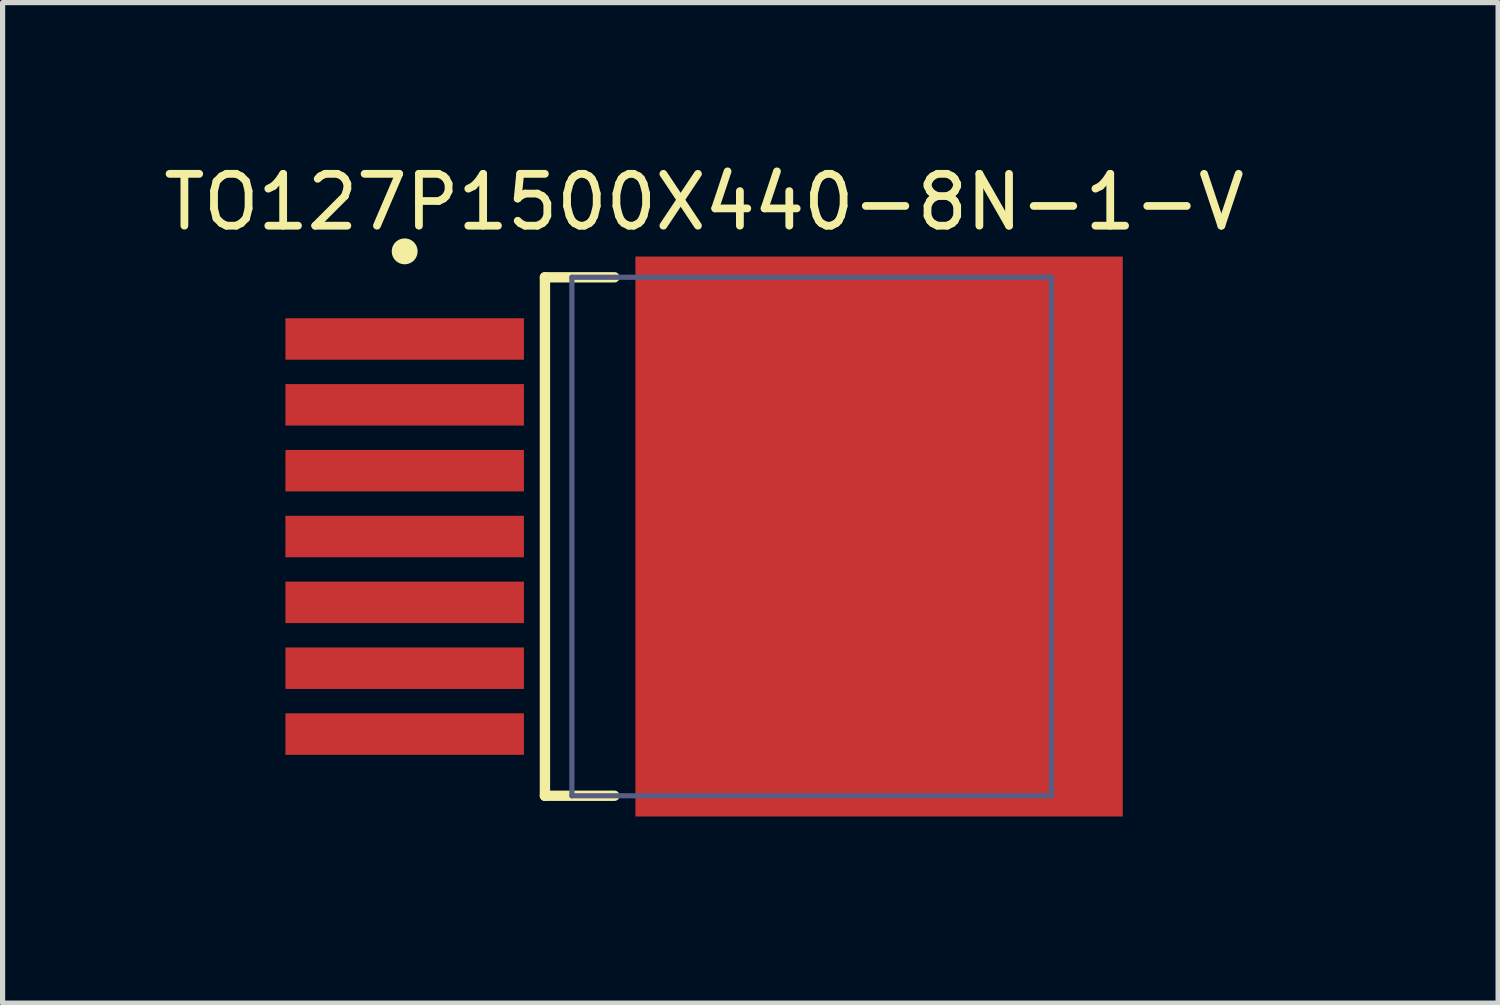
<source format=kicad_pcb>
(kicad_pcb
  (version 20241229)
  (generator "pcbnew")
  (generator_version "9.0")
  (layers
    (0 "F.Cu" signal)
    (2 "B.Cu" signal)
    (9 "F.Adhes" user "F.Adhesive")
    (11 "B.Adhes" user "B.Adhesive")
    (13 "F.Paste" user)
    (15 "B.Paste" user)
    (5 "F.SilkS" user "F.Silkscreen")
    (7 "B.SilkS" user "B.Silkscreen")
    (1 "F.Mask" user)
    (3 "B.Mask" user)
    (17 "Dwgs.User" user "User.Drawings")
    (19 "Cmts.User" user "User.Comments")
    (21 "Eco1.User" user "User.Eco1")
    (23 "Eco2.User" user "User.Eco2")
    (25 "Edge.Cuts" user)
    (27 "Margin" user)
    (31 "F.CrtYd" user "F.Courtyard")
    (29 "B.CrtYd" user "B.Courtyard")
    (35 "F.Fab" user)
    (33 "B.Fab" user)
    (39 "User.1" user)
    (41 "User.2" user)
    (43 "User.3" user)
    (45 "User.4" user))
  (footprint "TO127P1500X440-8N-1-V"
    (layer "F.Cu")
    (at 9.33 7.298)
    (property "Reference" "TO127P1500X440-8N-1-V" (at 1.2 -6.45 0) (layer "F.SilkS") (effects (font (size 1 1) (thickness 0.15))))
    (fp_line (start -1.87 -5) (end -0.53 -5) (stroke (width 0.2) (type solid)) (layer "F.SilkS"))
    (fp_line (start -1.87 5) (end -1.87 -5) (stroke (width 0.2) (type solid)) (layer "F.SilkS"))
    (fp_line (start -1.87 5) (end -0.53 5) (stroke (width 0.2) (type solid)) (layer "F.SilkS"))
    (fp_circle (center -4.575 -5.5) (end -4.575 -5.625) (stroke (width 0.25) (type solid)) (fill no) (layer "F.SilkS"))
    (fp_line (start -7.425 -5.95) (end 9.825 -5.95) (stroke (width 0.1) (type solid)) (layer "Eco2.User"))
    (fp_line (start -7.425 5.95) (end -7.425 -5.95) (stroke (width 0.1) (type solid)) (layer "Eco2.User"))
    (fp_line (start -7.425 5.95) (end 9.825 5.95) (stroke (width 0.1) (type solid)) (layer "Eco2.User"))
    (fp_line (start -0.5 0) (end 0.5 0) (stroke (width 0.1) (type solid)) (layer "Eco2.User"))
    (fp_line (start 0 0.5) (end 0 -0.5) (stroke (width 0.1) (type solid)) (layer "Eco2.User"))
    (fp_line (start 9.825 5.95) (end 9.825 -5.95) (stroke (width 0.1) (type solid)) (layer "Eco2.User"))
    (fp_line (start -1.35 -5) (end 7.9 -5) (stroke (width 0.1) (type solid)) (layer "B.Fab"))
    (fp_line (start -1.35 5) (end -1.35 -5) (stroke (width 0.1) (type solid)) (layer "B.Fab"))
    (fp_line (start -1.35 5) (end 7.9 5) (stroke (width 0.1) (type solid)) (layer "B.Fab"))
    (fp_line (start 7.9 5) (end 7.9 -5) (stroke (width 0.1) (type solid)) (layer "B.Fab"))
    (fp_text user "${REFERENCE}" (at 0 0.129 0) (unlocked yes) (layer "User.3") (effects (font (face "Arial") (size 0.756 0.756) (thickness 0.254)) (justify left bottom)))
    (pad "1" smd rect (at -4.575 -3.81) (size 4.6 0.8) (layers "F.Cu" "F.Mask" "F.Paste"))
    (pad "2" smd rect (at -4.575 -2.54) (size 4.6 0.8) (layers "F.Cu" "F.Mask" "F.Paste"))
    (pad "3" smd rect (at -4.575 -1.27) (size 4.6 0.8) (layers "F.Cu" "F.Mask" "F.Paste"))
    (pad "4" smd rect (at -4.575 0) (size 4.6 0.8) (layers "F.Cu" "F.Mask" "F.Paste"))
    (pad "5" smd rect (at -4.575 1.27) (size 4.6 0.8) (layers "F.Cu" "F.Mask" "F.Paste"))
    (pad "6" smd rect (at -4.575 2.54) (size 4.6 0.8) (layers "F.Cu" "F.Mask" "F.Paste"))
    (pad "7" smd rect (at -4.575 3.81) (size 4.6 0.8) (layers "F.Cu" "F.Mask" "F.Paste"))
    (pad "8" smd rect (at 4.575 0) (size 9.4 10.8) (layers "F.Cu" "F.Mask" "F.Paste")))
  (gr_rect
    (start -3 -3)
    (end 25.844 16.298)
    (stroke (width 0.1) (type default))
    (fill no)
    (layer "Edge.Cuts")))
</source>
